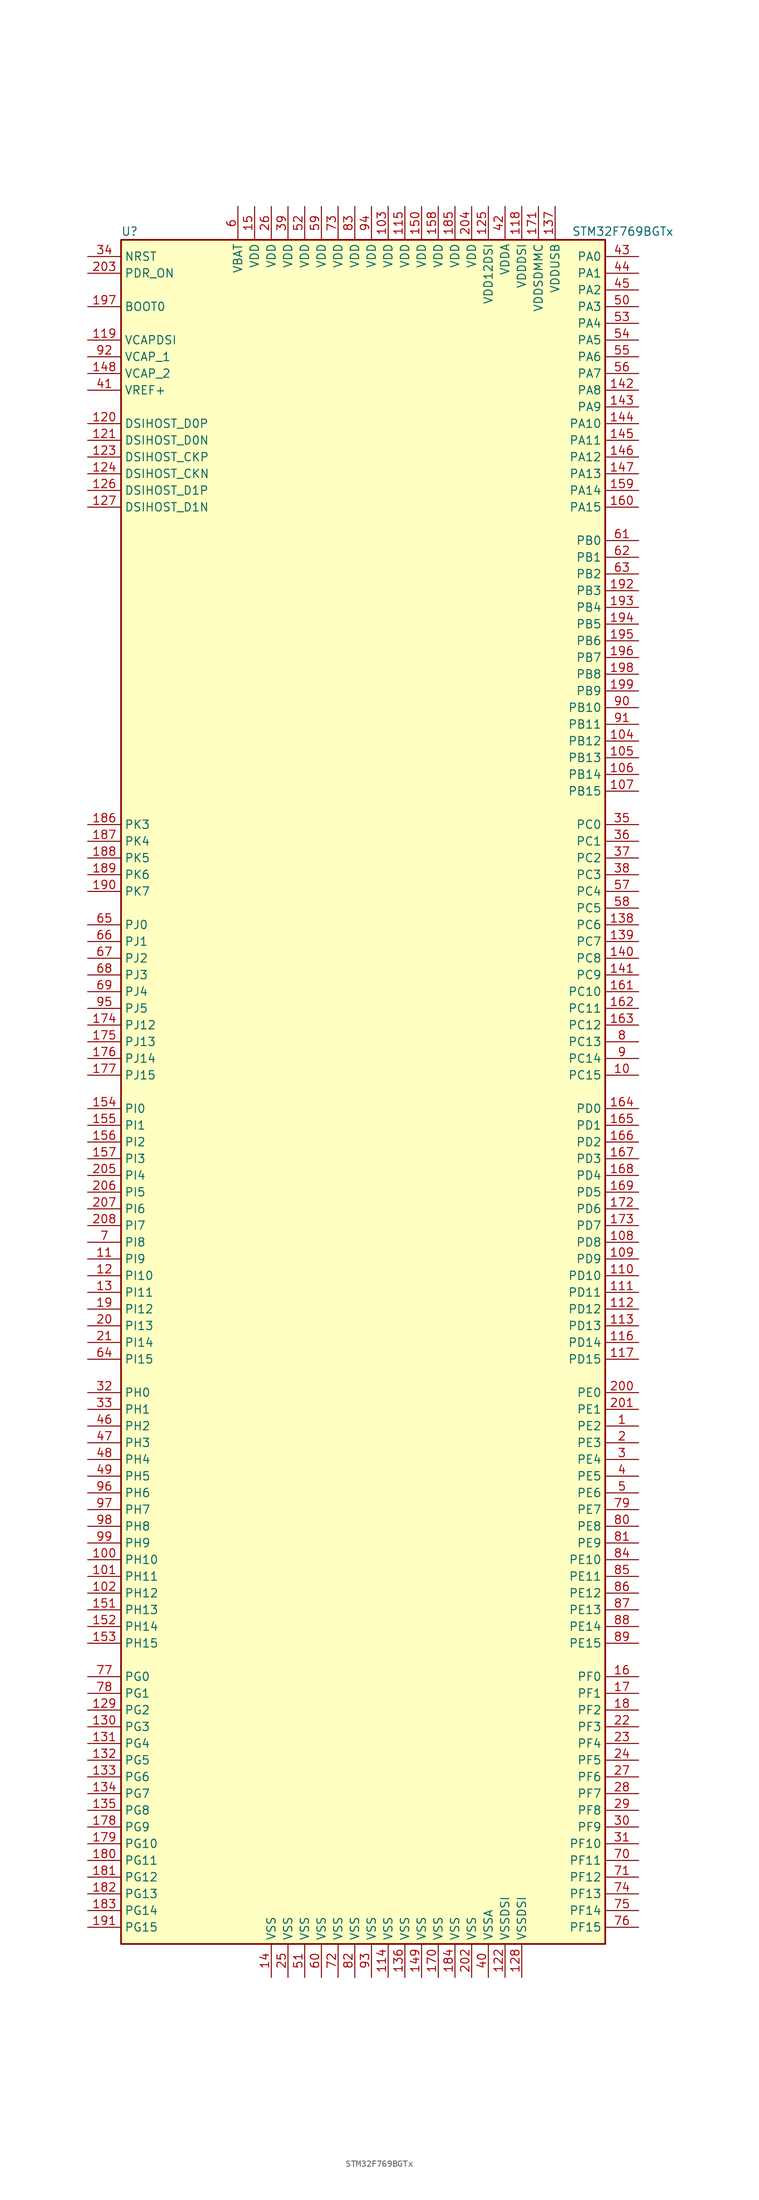
<source format=kicad_sym>
(kicad_symbol_lib
  (version 20201005)
  (generator kicad_symbol_editor)
  (symbol "MCU_ST_STM32F7:STM32F769BGTx"
    (property "Reference" "U"
      (at -38.1 130.81 0)
      (effects (font (size 1.27 1.27)) (justify left)))
    (property "Value" "STM32F769BGTx"
      (at 30.48 130.81 0)
      (effects (font (size 1.27 1.27)) (justify left)))
    (symbol "STM32F769BGTx_0_1"
      (rectangle (start -38.1 -129.54) (end 35.56 129.54) (stroke (width 0.254)) (fill (type background))))
    (symbol "STM32F769BGTx_1_1"
      (pin input line (at -43.18 119.38 0) (length 5.08) (name "BOOT0" (effects (font (size 1.27 1.27)))) (number "197" (effects (font (size 1.27 1.27)))))
      (pin bidirectional line (at -43.18 93.98 0) (length 5.08) (name "DSIHOST_CKN" (effects (font (size 1.27 1.27)))) (number "124" (effects (font (size 1.27 1.27)))))
      (pin bidirectional line (at -43.18 96.52 0) (length 5.08) (name "DSIHOST_CKP" (effects (font (size 1.27 1.27)))) (number "123" (effects (font (size 1.27 1.27)))))
      (pin bidirectional line (at -43.18 99.06 0) (length 5.08) (name "DSIHOST_D0N" (effects (font (size 1.27 1.27)))) (number "121" (effects (font (size 1.27 1.27)))))
      (pin bidirectional line (at -43.18 101.6 0) (length 5.08) (name "DSIHOST_D0P" (effects (font (size 1.27 1.27)))) (number "120" (effects (font (size 1.27 1.27)))))
      (pin bidirectional line (at -43.18 88.9 0) (length 5.08) (name "DSIHOST_D1N" (effects (font (size 1.27 1.27)))) (number "127" (effects (font (size 1.27 1.27)))))
      (pin bidirectional line (at -43.18 91.44 0) (length 5.08) (name "DSIHOST_D1P" (effects (font (size 1.27 1.27)))) (number "126" (effects (font (size 1.27 1.27)))))
      (pin input line (at -43.18 127 0) (length 5.08) (name "NRST" (effects (font (size 1.27 1.27)))) (number "34" (effects (font (size 1.27 1.27)))))
      (pin bidirectional line (at 40.64 127 180) (length 5.08) (name "PA0" (effects (font (size 1.27 1.27)))) (number "43" (effects (font (size 1.27 1.27)))))
      (pin bidirectional line (at 40.64 124.46 180) (length 5.08) (name "PA1" (effects (font (size 1.27 1.27)))) (number "44" (effects (font (size 1.27 1.27)))))
      (pin bidirectional line (at 40.64 101.6 180) (length 5.08) (name "PA10" (effects (font (size 1.27 1.27)))) (number "144" (effects (font (size 1.27 1.27)))))
      (pin bidirectional line (at 40.64 99.06 180) (length 5.08) (name "PA11" (effects (font (size 1.27 1.27)))) (number "145" (effects (font (size 1.27 1.27)))))
      (pin bidirectional line (at 40.64 96.52 180) (length 5.08) (name "PA12" (effects (font (size 1.27 1.27)))) (number "146" (effects (font (size 1.27 1.27)))))
      (pin bidirectional line (at 40.64 93.98 180) (length 5.08) (name "PA13" (effects (font (size 1.27 1.27)))) (number "147" (effects (font (size 1.27 1.27)))))
      (pin bidirectional line (at 40.64 91.44 180) (length 5.08) (name "PA14" (effects (font (size 1.27 1.27)))) (number "159" (effects (font (size 1.27 1.27)))))
      (pin bidirectional line (at 40.64 88.9 180) (length 5.08) (name "PA15" (effects (font (size 1.27 1.27)))) (number "160" (effects (font (size 1.27 1.27)))))
      (pin bidirectional line (at 40.64 121.92 180) (length 5.08) (name "PA2" (effects (font (size 1.27 1.27)))) (number "45" (effects (font (size 1.27 1.27)))))
      (pin bidirectional line (at 40.64 119.38 180) (length 5.08) (name "PA3" (effects (font (size 1.27 1.27)))) (number "50" (effects (font (size 1.27 1.27)))))
      (pin bidirectional line (at 40.64 116.84 180) (length 5.08) (name "PA4" (effects (font (size 1.27 1.27)))) (number "53" (effects (font (size 1.27 1.27)))))
      (pin bidirectional line (at 40.64 114.3 180) (length 5.08) (name "PA5" (effects (font (size 1.27 1.27)))) (number "54" (effects (font (size 1.27 1.27)))))
      (pin bidirectional line (at 40.64 111.76 180) (length 5.08) (name "PA6" (effects (font (size 1.27 1.27)))) (number "55" (effects (font (size 1.27 1.27)))))
      (pin bidirectional line (at 40.64 109.22 180) (length 5.08) (name "PA7" (effects (font (size 1.27 1.27)))) (number "56" (effects (font (size 1.27 1.27)))))
      (pin bidirectional line (at 40.64 106.68 180) (length 5.08) (name "PA8" (effects (font (size 1.27 1.27)))) (number "142" (effects (font (size 1.27 1.27)))))
      (pin bidirectional line (at 40.64 104.14 180) (length 5.08) (name "PA9" (effects (font (size 1.27 1.27)))) (number "143" (effects (font (size 1.27 1.27)))))
      (pin bidirectional line (at 40.64 83.82 180) (length 5.08) (name "PB0" (effects (font (size 1.27 1.27)))) (number "61" (effects (font (size 1.27 1.27)))))
      (pin bidirectional line (at 40.64 81.28 180) (length 5.08) (name "PB1" (effects (font (size 1.27 1.27)))) (number "62" (effects (font (size 1.27 1.27)))))
      (pin bidirectional line (at 40.64 58.42 180) (length 5.08) (name "PB10" (effects (font (size 1.27 1.27)))) (number "90" (effects (font (size 1.27 1.27)))))
      (pin bidirectional line (at 40.64 55.88 180) (length 5.08) (name "PB11" (effects (font (size 1.27 1.27)))) (number "91" (effects (font (size 1.27 1.27)))))
      (pin bidirectional line (at 40.64 53.34 180) (length 5.08) (name "PB12" (effects (font (size 1.27 1.27)))) (number "104" (effects (font (size 1.27 1.27)))))
      (pin bidirectional line (at 40.64 50.8 180) (length 5.08) (name "PB13" (effects (font (size 1.27 1.27)))) (number "105" (effects (font (size 1.27 1.27)))))
      (pin bidirectional line (at 40.64 48.26 180) (length 5.08) (name "PB14" (effects (font (size 1.27 1.27)))) (number "106" (effects (font (size 1.27 1.27)))))
      (pin bidirectional line (at 40.64 45.72 180) (length 5.08) (name "PB15" (effects (font (size 1.27 1.27)))) (number "107" (effects (font (size 1.27 1.27)))))
      (pin bidirectional line (at 40.64 78.74 180) (length 5.08) (name "PB2" (effects (font (size 1.27 1.27)))) (number "63" (effects (font (size 1.27 1.27)))))
      (pin bidirectional line (at 40.64 76.2 180) (length 5.08) (name "PB3" (effects (font (size 1.27 1.27)))) (number "192" (effects (font (size 1.27 1.27)))))
      (pin bidirectional line (at 40.64 73.66 180) (length 5.08) (name "PB4" (effects (font (size 1.27 1.27)))) (number "193" (effects (font (size 1.27 1.27)))))
      (pin bidirectional line (at 40.64 71.12 180) (length 5.08) (name "PB5" (effects (font (size 1.27 1.27)))) (number "194" (effects (font (size 1.27 1.27)))))
      (pin bidirectional line (at 40.64 68.58 180) (length 5.08) (name "PB6" (effects (font (size 1.27 1.27)))) (number "195" (effects (font (size 1.27 1.27)))))
      (pin bidirectional line (at 40.64 66.04 180) (length 5.08) (name "PB7" (effects (font (size 1.27 1.27)))) (number "196" (effects (font (size 1.27 1.27)))))
      (pin bidirectional line (at 40.64 63.5 180) (length 5.08) (name "PB8" (effects (font (size 1.27 1.27)))) (number "198" (effects (font (size 1.27 1.27)))))
      (pin bidirectional line (at 40.64 60.96 180) (length 5.08) (name "PB9" (effects (font (size 1.27 1.27)))) (number "199" (effects (font (size 1.27 1.27)))))
      (pin bidirectional line (at 40.64 40.64 180) (length 5.08) (name "PC0" (effects (font (size 1.27 1.27)))) (number "35" (effects (font (size 1.27 1.27)))))
      (pin bidirectional line (at 40.64 38.1 180) (length 5.08) (name "PC1" (effects (font (size 1.27 1.27)))) (number "36" (effects (font (size 1.27 1.27)))))
      (pin bidirectional line (at 40.64 15.24 180) (length 5.08) (name "PC10" (effects (font (size 1.27 1.27)))) (number "161" (effects (font (size 1.27 1.27)))))
      (pin bidirectional line (at 40.64 12.7 180) (length 5.08) (name "PC11" (effects (font (size 1.27 1.27)))) (number "162" (effects (font (size 1.27 1.27)))))
      (pin bidirectional line (at 40.64 10.16 180) (length 5.08) (name "PC12" (effects (font (size 1.27 1.27)))) (number "163" (effects (font (size 1.27 1.27)))))
      (pin bidirectional line (at 40.64 7.62 180) (length 5.08) (name "PC13" (effects (font (size 1.27 1.27)))) (number "8" (effects (font (size 1.27 1.27)))))
      (pin bidirectional line (at 40.64 5.08 180) (length 5.08) (name "PC14" (effects (font (size 1.27 1.27)))) (number "9" (effects (font (size 1.27 1.27)))))
      (pin bidirectional line (at 40.64 2.54 180) (length 5.08) (name "PC15" (effects (font (size 1.27 1.27)))) (number "10" (effects (font (size 1.27 1.27)))))
      (pin bidirectional line (at 40.64 35.56 180) (length 5.08) (name "PC2" (effects (font (size 1.27 1.27)))) (number "37" (effects (font (size 1.27 1.27)))))
      (pin bidirectional line (at 40.64 33.02 180) (length 5.08) (name "PC3" (effects (font (size 1.27 1.27)))) (number "38" (effects (font (size 1.27 1.27)))))
      (pin bidirectional line (at 40.64 30.48 180) (length 5.08) (name "PC4" (effects (font (size 1.27 1.27)))) (number "57" (effects (font (size 1.27 1.27)))))
      (pin bidirectional line (at 40.64 27.94 180) (length 5.08) (name "PC5" (effects (font (size 1.27 1.27)))) (number "58" (effects (font (size 1.27 1.27)))))
      (pin bidirectional line (at 40.64 25.4 180) (length 5.08) (name "PC6" (effects (font (size 1.27 1.27)))) (number "138" (effects (font (size 1.27 1.27)))))
      (pin bidirectional line (at 40.64 22.86 180) (length 5.08) (name "PC7" (effects (font (size 1.27 1.27)))) (number "139" (effects (font (size 1.27 1.27)))))
      (pin bidirectional line (at 40.64 20.32 180) (length 5.08) (name "PC8" (effects (font (size 1.27 1.27)))) (number "140" (effects (font (size 1.27 1.27)))))
      (pin bidirectional line (at 40.64 17.78 180) (length 5.08) (name "PC9" (effects (font (size 1.27 1.27)))) (number "141" (effects (font (size 1.27 1.27)))))
      (pin bidirectional line (at 40.64 -2.54 180) (length 5.08) (name "PD0" (effects (font (size 1.27 1.27)))) (number "164" (effects (font (size 1.27 1.27)))))
      (pin bidirectional line (at 40.64 -5.08 180) (length 5.08) (name "PD1" (effects (font (size 1.27 1.27)))) (number "165" (effects (font (size 1.27 1.27)))))
      (pin bidirectional line (at 40.64 -27.94 180) (length 5.08) (name "PD10" (effects (font (size 1.27 1.27)))) (number "110" (effects (font (size 1.27 1.27)))))
      (pin bidirectional line (at 40.64 -30.48 180) (length 5.08) (name "PD11" (effects (font (size 1.27 1.27)))) (number "111" (effects (font (size 1.27 1.27)))))
      (pin bidirectional line (at 40.64 -33.02 180) (length 5.08) (name "PD12" (effects (font (size 1.27 1.27)))) (number "112" (effects (font (size 1.27 1.27)))))
      (pin bidirectional line (at 40.64 -35.56 180) (length 5.08) (name "PD13" (effects (font (size 1.27 1.27)))) (number "113" (effects (font (size 1.27 1.27)))))
      (pin bidirectional line (at 40.64 -38.1 180) (length 5.08) (name "PD14" (effects (font (size 1.27 1.27)))) (number "116" (effects (font (size 1.27 1.27)))))
      (pin bidirectional line (at 40.64 -40.64 180) (length 5.08) (name "PD15" (effects (font (size 1.27 1.27)))) (number "117" (effects (font (size 1.27 1.27)))))
      (pin bidirectional line (at 40.64 -7.62 180) (length 5.08) (name "PD2" (effects (font (size 1.27 1.27)))) (number "166" (effects (font (size 1.27 1.27)))))
      (pin bidirectional line (at 40.64 -10.16 180) (length 5.08) (name "PD3" (effects (font (size 1.27 1.27)))) (number "167" (effects (font (size 1.27 1.27)))))
      (pin bidirectional line (at 40.64 -12.7 180) (length 5.08) (name "PD4" (effects (font (size 1.27 1.27)))) (number "168" (effects (font (size 1.27 1.27)))))
      (pin bidirectional line (at 40.64 -15.24 180) (length 5.08) (name "PD5" (effects (font (size 1.27 1.27)))) (number "169" (effects (font (size 1.27 1.27)))))
      (pin bidirectional line (at 40.64 -17.78 180) (length 5.08) (name "PD6" (effects (font (size 1.27 1.27)))) (number "172" (effects (font (size 1.27 1.27)))))
      (pin bidirectional line (at 40.64 -20.32 180) (length 5.08) (name "PD7" (effects (font (size 1.27 1.27)))) (number "173" (effects (font (size 1.27 1.27)))))
      (pin bidirectional line (at 40.64 -22.86 180) (length 5.08) (name "PD8" (effects (font (size 1.27 1.27)))) (number "108" (effects (font (size 1.27 1.27)))))
      (pin bidirectional line (at 40.64 -25.4 180) (length 5.08) (name "PD9" (effects (font (size 1.27 1.27)))) (number "109" (effects (font (size 1.27 1.27)))))
      (pin input line (at -43.18 124.46 0) (length 5.08) (name "PDR_ON" (effects (font (size 1.27 1.27)))) (number "203" (effects (font (size 1.27 1.27)))))
      (pin bidirectional line (at 40.64 -45.72 180) (length 5.08) (name "PE0" (effects (font (size 1.27 1.27)))) (number "200" (effects (font (size 1.27 1.27)))))
      (pin bidirectional line (at 40.64 -48.26 180) (length 5.08) (name "PE1" (effects (font (size 1.27 1.27)))) (number "201" (effects (font (size 1.27 1.27)))))
      (pin bidirectional line (at 40.64 -71.12 180) (length 5.08) (name "PE10" (effects (font (size 1.27 1.27)))) (number "84" (effects (font (size 1.27 1.27)))))
      (pin bidirectional line (at 40.64 -73.66 180) (length 5.08) (name "PE11" (effects (font (size 1.27 1.27)))) (number "85" (effects (font (size 1.27 1.27)))))
      (pin bidirectional line (at 40.64 -76.2 180) (length 5.08) (name "PE12" (effects (font (size 1.27 1.27)))) (number "86" (effects (font (size 1.27 1.27)))))
      (pin bidirectional line (at 40.64 -78.74 180) (length 5.08) (name "PE13" (effects (font (size 1.27 1.27)))) (number "87" (effects (font (size 1.27 1.27)))))
      (pin bidirectional line (at 40.64 -81.28 180) (length 5.08) (name "PE14" (effects (font (size 1.27 1.27)))) (number "88" (effects (font (size 1.27 1.27)))))
      (pin bidirectional line (at 40.64 -83.82 180) (length 5.08) (name "PE15" (effects (font (size 1.27 1.27)))) (number "89" (effects (font (size 1.27 1.27)))))
      (pin bidirectional line (at 40.64 -50.8 180) (length 5.08) (name "PE2" (effects (font (size 1.27 1.27)))) (number "1" (effects (font (size 1.27 1.27)))))
      (pin bidirectional line (at 40.64 -53.34 180) (length 5.08) (name "PE3" (effects (font (size 1.27 1.27)))) (number "2" (effects (font (size 1.27 1.27)))))
      (pin bidirectional line (at 40.64 -55.88 180) (length 5.08) (name "PE4" (effects (font (size 1.27 1.27)))) (number "3" (effects (font (size 1.27 1.27)))))
      (pin bidirectional line (at 40.64 -58.42 180) (length 5.08) (name "PE5" (effects (font (size 1.27 1.27)))) (number "4" (effects (font (size 1.27 1.27)))))
      (pin bidirectional line (at 40.64 -60.96 180) (length 5.08) (name "PE6" (effects (font (size 1.27 1.27)))) (number "5" (effects (font (size 1.27 1.27)))))
      (pin bidirectional line (at 40.64 -63.5 180) (length 5.08) (name "PE7" (effects (font (size 1.27 1.27)))) (number "79" (effects (font (size 1.27 1.27)))))
      (pin bidirectional line (at 40.64 -66.04 180) (length 5.08) (name "PE8" (effects (font (size 1.27 1.27)))) (number "80" (effects (font (size 1.27 1.27)))))
      (pin bidirectional line (at 40.64 -68.58 180) (length 5.08) (name "PE9" (effects (font (size 1.27 1.27)))) (number "81" (effects (font (size 1.27 1.27)))))
      (pin bidirectional line (at 40.64 -88.9 180) (length 5.08) (name "PF0" (effects (font (size 1.27 1.27)))) (number "16" (effects (font (size 1.27 1.27)))))
      (pin bidirectional line (at 40.64 -91.44 180) (length 5.08) (name "PF1" (effects (font (size 1.27 1.27)))) (number "17" (effects (font (size 1.27 1.27)))))
      (pin bidirectional line (at 40.64 -114.3 180) (length 5.08) (name "PF10" (effects (font (size 1.27 1.27)))) (number "31" (effects (font (size 1.27 1.27)))))
      (pin bidirectional line (at 40.64 -116.84 180) (length 5.08) (name "PF11" (effects (font (size 1.27 1.27)))) (number "70" (effects (font (size 1.27 1.27)))))
      (pin bidirectional line (at 40.64 -119.38 180) (length 5.08) (name "PF12" (effects (font (size 1.27 1.27)))) (number "71" (effects (font (size 1.27 1.27)))))
      (pin bidirectional line (at 40.64 -121.92 180) (length 5.08) (name "PF13" (effects (font (size 1.27 1.27)))) (number "74" (effects (font (size 1.27 1.27)))))
      (pin bidirectional line (at 40.64 -124.46 180) (length 5.08) (name "PF14" (effects (font (size 1.27 1.27)))) (number "75" (effects (font (size 1.27 1.27)))))
      (pin bidirectional line (at 40.64 -127 180) (length 5.08) (name "PF15" (effects (font (size 1.27 1.27)))) (number "76" (effects (font (size 1.27 1.27)))))
      (pin bidirectional line (at 40.64 -93.98 180) (length 5.08) (name "PF2" (effects (font (size 1.27 1.27)))) (number "18" (effects (font (size 1.27 1.27)))))
      (pin bidirectional line (at 40.64 -96.52 180) (length 5.08) (name "PF3" (effects (font (size 1.27 1.27)))) (number "22" (effects (font (size 1.27 1.27)))))
      (pin bidirectional line (at 40.64 -99.06 180) (length 5.08) (name "PF4" (effects (font (size 1.27 1.27)))) (number "23" (effects (font (size 1.27 1.27)))))
      (pin bidirectional line (at 40.64 -101.6 180) (length 5.08) (name "PF5" (effects (font (size 1.27 1.27)))) (number "24" (effects (font (size 1.27 1.27)))))
      (pin bidirectional line (at 40.64 -104.14 180) (length 5.08) (name "PF6" (effects (font (size 1.27 1.27)))) (number "27" (effects (font (size 1.27 1.27)))))
      (pin bidirectional line (at 40.64 -106.68 180) (length 5.08) (name "PF7" (effects (font (size 1.27 1.27)))) (number "28" (effects (font (size 1.27 1.27)))))
      (pin bidirectional line (at 40.64 -109.22 180) (length 5.08) (name "PF8" (effects (font (size 1.27 1.27)))) (number "29" (effects (font (size 1.27 1.27)))))
      (pin bidirectional line (at 40.64 -111.76 180) (length 5.08) (name "PF9" (effects (font (size 1.27 1.27)))) (number "30" (effects (font (size 1.27 1.27)))))
      (pin bidirectional line (at -43.18 -88.9 0) (length 5.08) (name "PG0" (effects (font (size 1.27 1.27)))) (number "77" (effects (font (size 1.27 1.27)))))
      (pin bidirectional line (at -43.18 -91.44 0) (length 5.08) (name "PG1" (effects (font (size 1.27 1.27)))) (number "78" (effects (font (size 1.27 1.27)))))
      (pin bidirectional line (at -43.18 -114.3 0) (length 5.08) (name "PG10" (effects (font (size 1.27 1.27)))) (number "179" (effects (font (size 1.27 1.27)))))
      (pin bidirectional line (at -43.18 -116.84 0) (length 5.08) (name "PG11" (effects (font (size 1.27 1.27)))) (number "180" (effects (font (size 1.27 1.27)))))
      (pin bidirectional line (at -43.18 -119.38 0) (length 5.08) (name "PG12" (effects (font (size 1.27 1.27)))) (number "181" (effects (font (size 1.27 1.27)))))
      (pin bidirectional line (at -43.18 -121.92 0) (length 5.08) (name "PG13" (effects (font (size 1.27 1.27)))) (number "182" (effects (font (size 1.27 1.27)))))
      (pin bidirectional line (at -43.18 -124.46 0) (length 5.08) (name "PG14" (effects (font (size 1.27 1.27)))) (number "183" (effects (font (size 1.27 1.27)))))
      (pin bidirectional line (at -43.18 -127 0) (length 5.08) (name "PG15" (effects (font (size 1.27 1.27)))) (number "191" (effects (font (size 1.27 1.27)))))
      (pin bidirectional line (at -43.18 -93.98 0) (length 5.08) (name "PG2" (effects (font (size 1.27 1.27)))) (number "129" (effects (font (size 1.27 1.27)))))
      (pin bidirectional line (at -43.18 -96.52 0) (length 5.08) (name "PG3" (effects (font (size 1.27 1.27)))) (number "130" (effects (font (size 1.27 1.27)))))
      (pin bidirectional line (at -43.18 -99.06 0) (length 5.08) (name "PG4" (effects (font (size 1.27 1.27)))) (number "131" (effects (font (size 1.27 1.27)))))
      (pin bidirectional line (at -43.18 -101.6 0) (length 5.08) (name "PG5" (effects (font (size 1.27 1.27)))) (number "132" (effects (font (size 1.27 1.27)))))
      (pin bidirectional line (at -43.18 -104.14 0) (length 5.08) (name "PG6" (effects (font (size 1.27 1.27)))) (number "133" (effects (font (size 1.27 1.27)))))
      (pin bidirectional line (at -43.18 -106.68 0) (length 5.08) (name "PG7" (effects (font (size 1.27 1.27)))) (number "134" (effects (font (size 1.27 1.27)))))
      (pin bidirectional line (at -43.18 -109.22 0) (length 5.08) (name "PG8" (effects (font (size 1.27 1.27)))) (number "135" (effects (font (size 1.27 1.27)))))
      (pin bidirectional line (at -43.18 -111.76 0) (length 5.08) (name "PG9" (effects (font (size 1.27 1.27)))) (number "178" (effects (font (size 1.27 1.27)))))
      (pin input line (at -43.18 -45.72 0) (length 5.08) (name "PH0" (effects (font (size 1.27 1.27)))) (number "32" (effects (font (size 1.27 1.27)))))
      (pin input line (at -43.18 -48.26 0) (length 5.08) (name "PH1" (effects (font (size 1.27 1.27)))) (number "33" (effects (font (size 1.27 1.27)))))
      (pin bidirectional line (at -43.18 -71.12 0) (length 5.08) (name "PH10" (effects (font (size 1.27 1.27)))) (number "100" (effects (font (size 1.27 1.27)))))
      (pin bidirectional line (at -43.18 -73.66 0) (length 5.08) (name "PH11" (effects (font (size 1.27 1.27)))) (number "101" (effects (font (size 1.27 1.27)))))
      (pin bidirectional line (at -43.18 -76.2 0) (length 5.08) (name "PH12" (effects (font (size 1.27 1.27)))) (number "102" (effects (font (size 1.27 1.27)))))
      (pin bidirectional line (at -43.18 -78.74 0) (length 5.08) (name "PH13" (effects (font (size 1.27 1.27)))) (number "151" (effects (font (size 1.27 1.27)))))
      (pin bidirectional line (at -43.18 -81.28 0) (length 5.08) (name "PH14" (effects (font (size 1.27 1.27)))) (number "152" (effects (font (size 1.27 1.27)))))
      (pin bidirectional line (at -43.18 -83.82 0) (length 5.08) (name "PH15" (effects (font (size 1.27 1.27)))) (number "153" (effects (font (size 1.27 1.27)))))
      (pin bidirectional line (at -43.18 -50.8 0) (length 5.08) (name "PH2" (effects (font (size 1.27 1.27)))) (number "46" (effects (font (size 1.27 1.27)))))
      (pin bidirectional line (at -43.18 -53.34 0) (length 5.08) (name "PH3" (effects (font (size 1.27 1.27)))) (number "47" (effects (font (size 1.27 1.27)))))
      (pin bidirectional line (at -43.18 -55.88 0) (length 5.08) (name "PH4" (effects (font (size 1.27 1.27)))) (number "48" (effects (font (size 1.27 1.27)))))
      (pin bidirectional line (at -43.18 -58.42 0) (length 5.08) (name "PH5" (effects (font (size 1.27 1.27)))) (number "49" (effects (font (size 1.27 1.27)))))
      (pin bidirectional line (at -43.18 -60.96 0) (length 5.08) (name "PH6" (effects (font (size 1.27 1.27)))) (number "96" (effects (font (size 1.27 1.27)))))
      (pin bidirectional line (at -43.18 -63.5 0) (length 5.08) (name "PH7" (effects (font (size 1.27 1.27)))) (number "97" (effects (font (size 1.27 1.27)))))
      (pin bidirectional line (at -43.18 -66.04 0) (length 5.08) (name "PH8" (effects (font (size 1.27 1.27)))) (number "98" (effects (font (size 1.27 1.27)))))
      (pin bidirectional line (at -43.18 -68.58 0) (length 5.08) (name "PH9" (effects (font (size 1.27 1.27)))) (number "99" (effects (font (size 1.27 1.27)))))
      (pin bidirectional line (at -43.18 -2.54 0) (length 5.08) (name "PI0" (effects (font (size 1.27 1.27)))) (number "154" (effects (font (size 1.27 1.27)))))
      (pin bidirectional line (at -43.18 -5.08 0) (length 5.08) (name "PI1" (effects (font (size 1.27 1.27)))) (number "155" (effects (font (size 1.27 1.27)))))
      (pin bidirectional line (at -43.18 -27.94 0) (length 5.08) (name "PI10" (effects (font (size 1.27 1.27)))) (number "12" (effects (font (size 1.27 1.27)))))
      (pin bidirectional line (at -43.18 -30.48 0) (length 5.08) (name "PI11" (effects (font (size 1.27 1.27)))) (number "13" (effects (font (size 1.27 1.27)))))
      (pin bidirectional line (at -43.18 -33.02 0) (length 5.08) (name "PI12" (effects (font (size 1.27 1.27)))) (number "19" (effects (font (size 1.27 1.27)))))
      (pin bidirectional line (at -43.18 -35.56 0) (length 5.08) (name "PI13" (effects (font (size 1.27 1.27)))) (number "20" (effects (font (size 1.27 1.27)))))
      (pin bidirectional line (at -43.18 -38.1 0) (length 5.08) (name "PI14" (effects (font (size 1.27 1.27)))) (number "21" (effects (font (size 1.27 1.27)))))
      (pin bidirectional line (at -43.18 -40.64 0) (length 5.08) (name "PI15" (effects (font (size 1.27 1.27)))) (number "64" (effects (font (size 1.27 1.27)))))
      (pin bidirectional line (at -43.18 -7.62 0) (length 5.08) (name "PI2" (effects (font (size 1.27 1.27)))) (number "156" (effects (font (size 1.27 1.27)))))
      (pin bidirectional line (at -43.18 -10.16 0) (length 5.08) (name "PI3" (effects (font (size 1.27 1.27)))) (number "157" (effects (font (size 1.27 1.27)))))
      (pin bidirectional line (at -43.18 -12.7 0) (length 5.08) (name "PI4" (effects (font (size 1.27 1.27)))) (number "205" (effects (font (size 1.27 1.27)))))
      (pin bidirectional line (at -43.18 -15.24 0) (length 5.08) (name "PI5" (effects (font (size 1.27 1.27)))) (number "206" (effects (font (size 1.27 1.27)))))
      (pin bidirectional line (at -43.18 -17.78 0) (length 5.08) (name "PI6" (effects (font (size 1.27 1.27)))) (number "207" (effects (font (size 1.27 1.27)))))
      (pin bidirectional line (at -43.18 -20.32 0) (length 5.08) (name "PI7" (effects (font (size 1.27 1.27)))) (number "208" (effects (font (size 1.27 1.27)))))
      (pin bidirectional line (at -43.18 -22.86 0) (length 5.08) (name "PI8" (effects (font (size 1.27 1.27)))) (number "7" (effects (font (size 1.27 1.27)))))
      (pin bidirectional line (at -43.18 -25.4 0) (length 5.08) (name "PI9" (effects (font (size 1.27 1.27)))) (number "11" (effects (font (size 1.27 1.27)))))
      (pin bidirectional line (at -43.18 25.4 0) (length 5.08) (name "PJ0" (effects (font (size 1.27 1.27)))) (number "65" (effects (font (size 1.27 1.27)))))
      (pin bidirectional line (at -43.18 22.86 0) (length 5.08) (name "PJ1" (effects (font (size 1.27 1.27)))) (number "66" (effects (font (size 1.27 1.27)))))
      (pin bidirectional line (at -43.18 10.16 0) (length 5.08) (name "PJ12" (effects (font (size 1.27 1.27)))) (number "174" (effects (font (size 1.27 1.27)))))
      (pin bidirectional line (at -43.18 7.62 0) (length 5.08) (name "PJ13" (effects (font (size 1.27 1.27)))) (number "175" (effects (font (size 1.27 1.27)))))
      (pin bidirectional line (at -43.18 5.08 0) (length 5.08) (name "PJ14" (effects (font (size 1.27 1.27)))) (number "176" (effects (font (size 1.27 1.27)))))
      (pin bidirectional line (at -43.18 2.54 0) (length 5.08) (name "PJ15" (effects (font (size 1.27 1.27)))) (number "177" (effects (font (size 1.27 1.27)))))
      (pin bidirectional line (at -43.18 20.32 0) (length 5.08) (name "PJ2" (effects (font (size 1.27 1.27)))) (number "67" (effects (font (size 1.27 1.27)))))
      (pin bidirectional line (at -43.18 17.78 0) (length 5.08) (name "PJ3" (effects (font (size 1.27 1.27)))) (number "68" (effects (font (size 1.27 1.27)))))
      (pin bidirectional line (at -43.18 15.24 0) (length 5.08) (name "PJ4" (effects (font (size 1.27 1.27)))) (number "69" (effects (font (size 1.27 1.27)))))
      (pin bidirectional line (at -43.18 12.7 0) (length 5.08) (name "PJ5" (effects (font (size 1.27 1.27)))) (number "95" (effects (font (size 1.27 1.27)))))
      (pin bidirectional line (at -43.18 40.64 0) (length 5.08) (name "PK3" (effects (font (size 1.27 1.27)))) (number "186" (effects (font (size 1.27 1.27)))))
      (pin bidirectional line (at -43.18 38.1 0) (length 5.08) (name "PK4" (effects (font (size 1.27 1.27)))) (number "187" (effects (font (size 1.27 1.27)))))
      (pin bidirectional line (at -43.18 35.56 0) (length 5.08) (name "PK5" (effects (font (size 1.27 1.27)))) (number "188" (effects (font (size 1.27 1.27)))))
      (pin bidirectional line (at -43.18 33.02 0) (length 5.08) (name "PK6" (effects (font (size 1.27 1.27)))) (number "189" (effects (font (size 1.27 1.27)))))
      (pin bidirectional line (at -43.18 30.48 0) (length 5.08) (name "PK7" (effects (font (size 1.27 1.27)))) (number "190" (effects (font (size 1.27 1.27)))))
      (pin power_in line (at -20.32 134.62 270) (length 5.08) (name "VBAT" (effects (font (size 1.27 1.27)))) (number "6" (effects (font (size 1.27 1.27)))))
      (pin power_in line (at -43.18 114.3 0) (length 5.08) (name "VCAPDSI" (effects (font (size 1.27 1.27)))) (number "119" (effects (font (size 1.27 1.27)))))
      (pin power_in line (at -43.18 111.76 0) (length 5.08) (name "VCAP_1" (effects (font (size 1.27 1.27)))) (number "92" (effects (font (size 1.27 1.27)))))
      (pin power_in line (at -43.18 109.22 0) (length 5.08) (name "VCAP_2" (effects (font (size 1.27 1.27)))) (number "148" (effects (font (size 1.27 1.27)))))
      (pin power_in line (at 2.54 134.62 270) (length 5.08) (name "VDD" (effects (font (size 1.27 1.27)))) (number "103" (effects (font (size 1.27 1.27)))))
      (pin power_in line (at 5.08 134.62 270) (length 5.08) (name "VDD" (effects (font (size 1.27 1.27)))) (number "115" (effects (font (size 1.27 1.27)))))
      (pin power_in line (at -17.78 134.62 270) (length 5.08) (name "VDD" (effects (font (size 1.27 1.27)))) (number "15" (effects (font (size 1.27 1.27)))))
      (pin power_in line (at 7.62 134.62 270) (length 5.08) (name "VDD" (effects (font (size 1.27 1.27)))) (number "150" (effects (font (size 1.27 1.27)))))
      (pin power_in line (at 10.16 134.62 270) (length 5.08) (name "VDD" (effects (font (size 1.27 1.27)))) (number "158" (effects (font (size 1.27 1.27)))))
      (pin power_in line (at 12.7 134.62 270) (length 5.08) (name "VDD" (effects (font (size 1.27 1.27)))) (number "185" (effects (font (size 1.27 1.27)))))
      (pin power_in line (at 15.24 134.62 270) (length 5.08) (name "VDD" (effects (font (size 1.27 1.27)))) (number "204" (effects (font (size 1.27 1.27)))))
      (pin power_in line (at -15.24 134.62 270) (length 5.08) (name "VDD" (effects (font (size 1.27 1.27)))) (number "26" (effects (font (size 1.27 1.27)))))
      (pin power_in line (at -12.7 134.62 270) (length 5.08) (name "VDD" (effects (font (size 1.27 1.27)))) (number "39" (effects (font (size 1.27 1.27)))))
      (pin power_in line (at -10.16 134.62 270) (length 5.08) (name "VDD" (effects (font (size 1.27 1.27)))) (number "52" (effects (font (size 1.27 1.27)))))
      (pin power_in line (at -7.62 134.62 270) (length 5.08) (name "VDD" (effects (font (size 1.27 1.27)))) (number "59" (effects (font (size 1.27 1.27)))))
      (pin power_in line (at -5.08 134.62 270) (length 5.08) (name "VDD" (effects (font (size 1.27 1.27)))) (number "73" (effects (font (size 1.27 1.27)))))
      (pin power_in line (at -2.54 134.62 270) (length 5.08) (name "VDD" (effects (font (size 1.27 1.27)))) (number "83" (effects (font (size 1.27 1.27)))))
      (pin power_in line (at 0 134.62 270) (length 5.08) (name "VDD" (effects (font (size 1.27 1.27)))) (number "94" (effects (font (size 1.27 1.27)))))
      (pin power_in line (at 17.78 134.62 270) (length 5.08) (name "VDD12DSI" (effects (font (size 1.27 1.27)))) (number "125" (effects (font (size 1.27 1.27)))))
      (pin power_in line (at 20.32 134.62 270) (length 5.08) (name "VDDA" (effects (font (size 1.27 1.27)))) (number "42" (effects (font (size 1.27 1.27)))))
      (pin power_in line (at 22.86 134.62 270) (length 5.08) (name "VDDDSI" (effects (font (size 1.27 1.27)))) (number "118" (effects (font (size 1.27 1.27)))))
      (pin power_in line (at 25.4 134.62 270) (length 5.08) (name "VDDSDMMC" (effects (font (size 1.27 1.27)))) (number "171" (effects (font (size 1.27 1.27)))))
      (pin power_in line (at 27.94 134.62 270) (length 5.08) (name "VDDUSB" (effects (font (size 1.27 1.27)))) (number "137" (effects (font (size 1.27 1.27)))))
      (pin power_in line (at -43.18 106.68 0) (length 5.08) (name "VREF+" (effects (font (size 1.27 1.27)))) (number "41" (effects (font (size 1.27 1.27)))))
      (pin power_in line (at 2.54 -134.62 90) (length 5.08) (name "VSS" (effects (font (size 1.27 1.27)))) (number "114" (effects (font (size 1.27 1.27)))))
      (pin power_in line (at 5.08 -134.62 90) (length 5.08) (name "VSS" (effects (font (size 1.27 1.27)))) (number "136" (effects (font (size 1.27 1.27)))))
      (pin power_in line (at -15.24 -134.62 90) (length 5.08) (name "VSS" (effects (font (size 1.27 1.27)))) (number "14" (effects (font (size 1.27 1.27)))))
      (pin power_in line (at 7.62 -134.62 90) (length 5.08) (name "VSS" (effects (font (size 1.27 1.27)))) (number "149" (effects (font (size 1.27 1.27)))))
      (pin power_in line (at 10.16 -134.62 90) (length 5.08) (name "VSS" (effects (font (size 1.27 1.27)))) (number "170" (effects (font (size 1.27 1.27)))))
      (pin power_in line (at 12.7 -134.62 90) (length 5.08) (name "VSS" (effects (font (size 1.27 1.27)))) (number "184" (effects (font (size 1.27 1.27)))))
      (pin power_in line (at 15.24 -134.62 90) (length 5.08) (name "VSS" (effects (font (size 1.27 1.27)))) (number "202" (effects (font (size 1.27 1.27)))))
      (pin power_in line (at -12.7 -134.62 90) (length 5.08) (name "VSS" (effects (font (size 1.27 1.27)))) (number "25" (effects (font (size 1.27 1.27)))))
      (pin power_in line (at -10.16 -134.62 90) (length 5.08) (name "VSS" (effects (font (size 1.27 1.27)))) (number "51" (effects (font (size 1.27 1.27)))))
      (pin power_in line (at -7.62 -134.62 90) (length 5.08) (name "VSS" (effects (font (size 1.27 1.27)))) (number "60" (effects (font (size 1.27 1.27)))))
      (pin power_in line (at -5.08 -134.62 90) (length 5.08) (name "VSS" (effects (font (size 1.27 1.27)))) (number "72" (effects (font (size 1.27 1.27)))))
      (pin power_in line (at -2.54 -134.62 90) (length 5.08) (name "VSS" (effects (font (size 1.27 1.27)))) (number "82" (effects (font (size 1.27 1.27)))))
      (pin power_in line (at 0 -134.62 90) (length 5.08) (name "VSS" (effects (font (size 1.27 1.27)))) (number "93" (effects (font (size 1.27 1.27)))))
      (pin power_in line (at 17.78 -134.62 90) (length 5.08) (name "VSSA" (effects (font (size 1.27 1.27)))) (number "40" (effects (font (size 1.27 1.27)))))
      (pin power_in line (at 20.32 -134.62 90) (length 5.08) (name "VSSDSI" (effects (font (size 1.27 1.27)))) (number "122" (effects (font (size 1.27 1.27)))))
      (pin power_in line (at 22.86 -134.62 90) (length 5.08) (name "VSSDSI" (effects (font (size 1.27 1.27)))) (number "128" (effects (font (size 1.27 1.27))))))))
</source>
